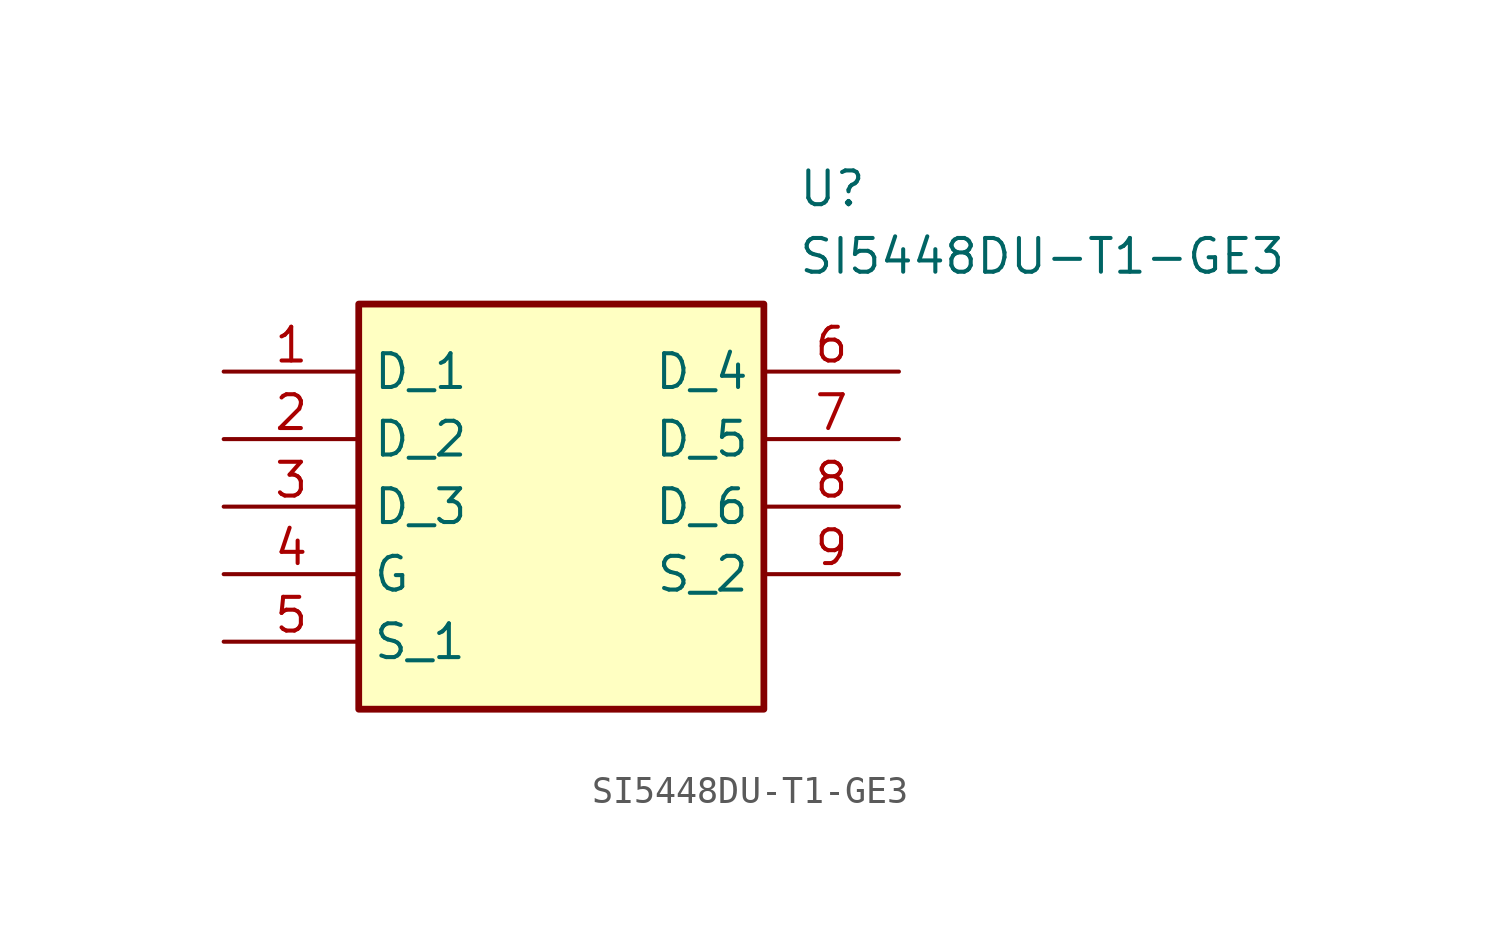
<source format=kicad_sym>
(kicad_symbol_lib
  (version 20211014)
  (generator SamacSys_ECAD_Model)
  (symbol "SI5448DU-T1-GE3"
    (property "Reference" "U"
      (at 21.59 7.62 0)
      (effects (font (size 1.27 1.27)) (justify left top)))
    (property "Value" "SI5448DU-T1-GE3"
      (at 21.59 5.08 0)
      (effects (font (size 1.27 1.27)) (justify left top)))
    (rectangle
      (start 5.08 2.54)
      (end 20.32 -12.7)
      (stroke (width 0.254) (type default))
      (fill (type background)))
    (pin passive line
      (at 0 0 0)
      (length 5.08)
      (name "D_1" (effects (font (size 1.27 1.27))))
      (number "1" (effects (font (size 1.27 1.27)))))
    (pin passive line
      (at 0 -2.54 0)
      (length 5.08)
      (name "D_2" (effects (font (size 1.27 1.27))))
      (number "2" (effects (font (size 1.27 1.27)))))
    (pin passive line
      (at 0 -5.08 0)
      (length 5.08)
      (name "D_3" (effects (font (size 1.27 1.27))))
      (number "3" (effects (font (size 1.27 1.27)))))
    (pin passive line
      (at 0 -7.62 0)
      (length 5.08)
      (name "G" (effects (font (size 1.27 1.27))))
      (number "4" (effects (font (size 1.27 1.27)))))
    (pin passive line
      (at 0 -10.16 0)
      (length 5.08)
      (name "S_1" (effects (font (size 1.27 1.27))))
      (number "5" (effects (font (size 1.27 1.27)))))
    (pin passive line
      (at 25.4 0 180)
      (length 5.08)
      (name "D_4" (effects (font (size 1.27 1.27))))
      (number "6" (effects (font (size 1.27 1.27)))))
    (pin passive line
      (at 25.4 -2.54 180)
      (length 5.08)
      (name "D_5" (effects (font (size 1.27 1.27))))
      (number "7" (effects (font (size 1.27 1.27)))))
    (pin passive line
      (at 25.4 -5.08 180)
      (length 5.08)
      (name "D_6" (effects (font (size 1.27 1.27))))
      (number "8" (effects (font (size 1.27 1.27)))))
    (pin passive line
      (at 25.4 -7.62 180)
      (length 5.08)
      (name "S_2" (effects (font (size 1.27 1.27))))
      (number "9" (effects (font (size 1.27 1.27)))))))
</source>
